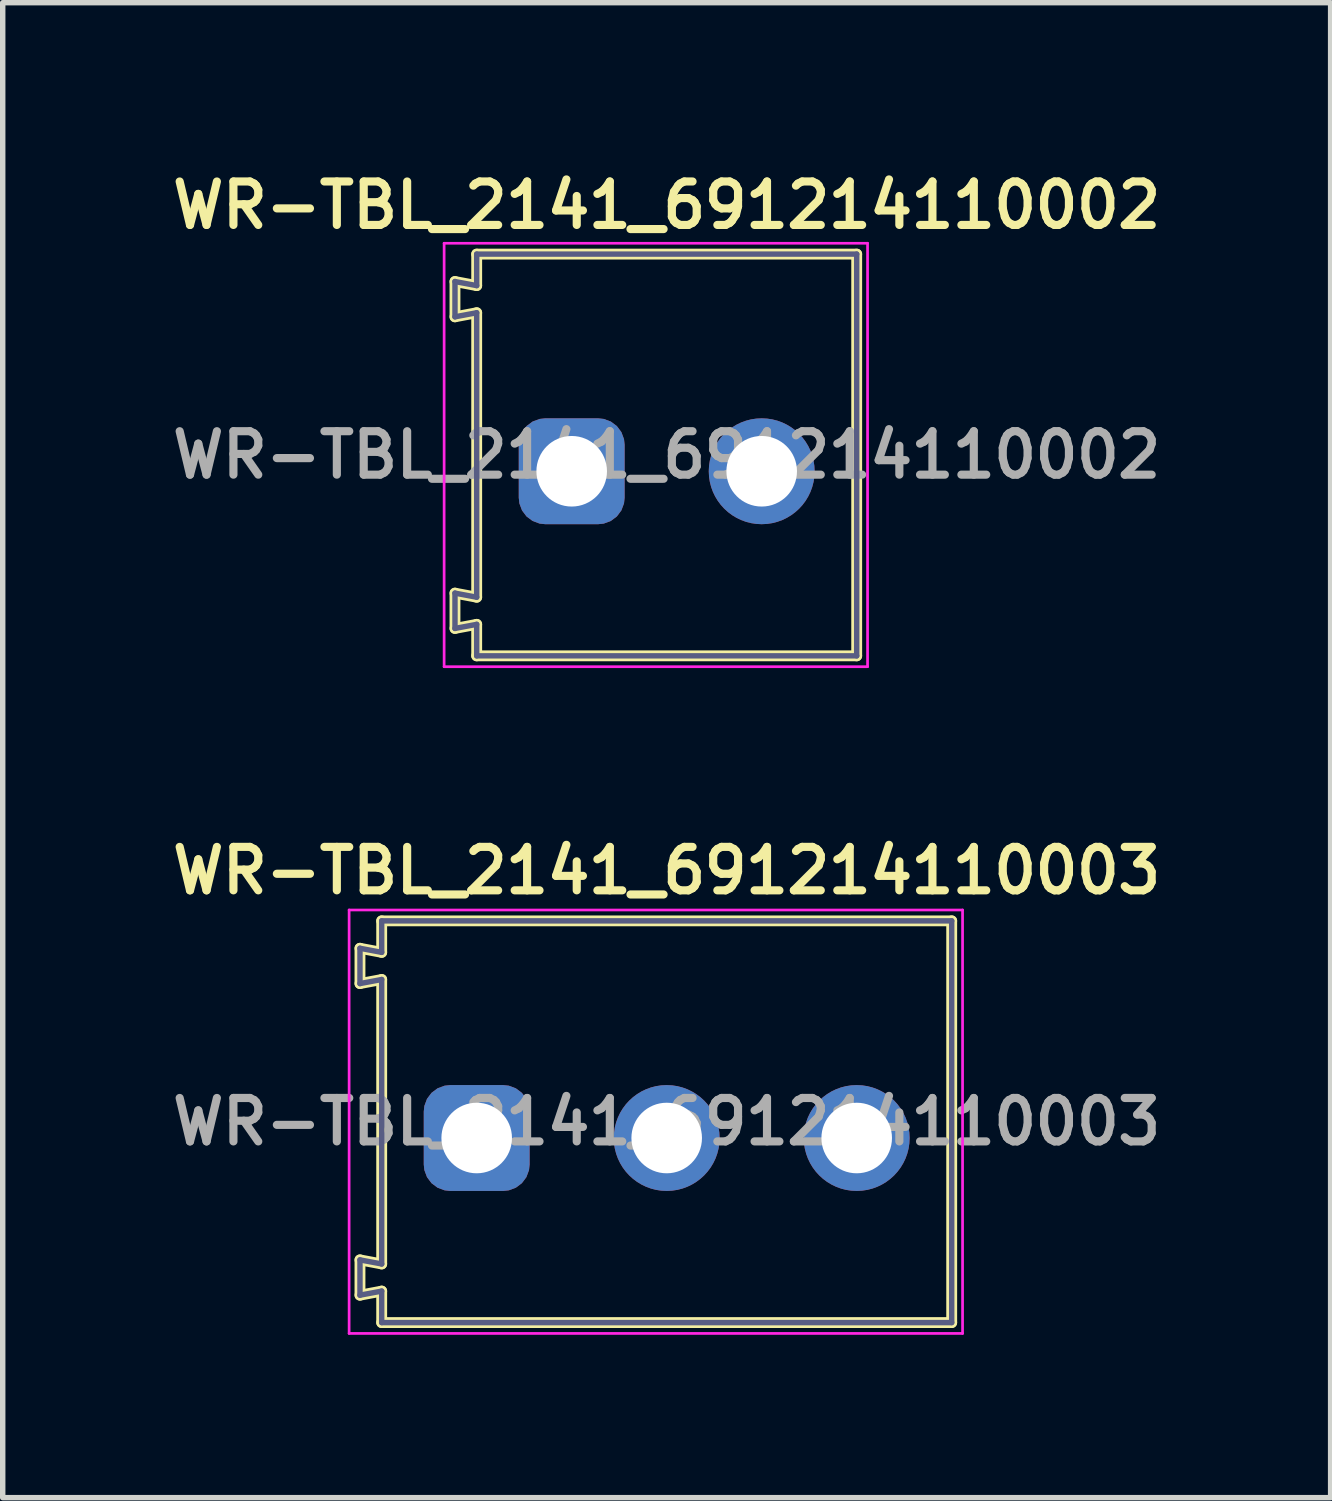
<source format=kicad_pcb>
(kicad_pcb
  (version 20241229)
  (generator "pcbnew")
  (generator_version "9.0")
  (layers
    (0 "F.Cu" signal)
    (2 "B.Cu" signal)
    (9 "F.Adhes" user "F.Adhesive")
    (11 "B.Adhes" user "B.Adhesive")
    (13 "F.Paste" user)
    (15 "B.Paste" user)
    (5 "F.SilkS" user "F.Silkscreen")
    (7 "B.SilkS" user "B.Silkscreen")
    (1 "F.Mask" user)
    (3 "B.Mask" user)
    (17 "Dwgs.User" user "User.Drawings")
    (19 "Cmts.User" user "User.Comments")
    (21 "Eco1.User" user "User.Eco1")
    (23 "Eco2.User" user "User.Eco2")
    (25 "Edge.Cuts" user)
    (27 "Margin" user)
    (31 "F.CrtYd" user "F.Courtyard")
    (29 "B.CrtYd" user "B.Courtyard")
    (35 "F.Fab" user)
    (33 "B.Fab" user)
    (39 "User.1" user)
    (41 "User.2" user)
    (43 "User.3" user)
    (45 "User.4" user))
  (footprint "WR-TBL_2141_691214110003"
    (layer "F.Cu")
    (at 9.231 17.613)
    (property "Reference" "WR-TBL_2141_691214110003" (at 0 -4.625 0) (layer "F.SilkS") (effects (font (size 0.8 0.8) (thickness 0.15))))
    (fp_line (start -5.65 -3.195) (end -5.25 -3.12) (stroke (width 0.2) (type solid)) (layer "F.SilkS"))
    (fp_line (start -5.65 -2.545) (end -5.65 -3.195) (stroke (width 0.2) (type solid)) (layer "F.SilkS"))
    (fp_line (start -5.65 -2.545) (end -5.25 -2.62) (stroke (width 0.2) (type solid)) (layer "F.SilkS"))
    (fp_line (start -5.65 2.545) (end -5.25 2.62) (stroke (width 0.2) (type solid)) (layer "F.SilkS"))
    (fp_line (start -5.65 3.195) (end -5.65 2.545) (stroke (width 0.2) (type solid)) (layer "F.SilkS"))
    (fp_line (start -5.65 3.195) (end -5.25 3.12) (stroke (width 0.2) (type solid)) (layer "F.SilkS"))
    (fp_line (start -5.25 -3.7) (end 5.25 -3.7) (stroke (width 0.2) (type solid)) (layer "F.SilkS"))
    (fp_line (start -5.25 -3.12) (end -5.25 -3.7) (stroke (width 0.2) (type solid)) (layer "F.SilkS"))
    (fp_line (start -5.25 2.62) (end -5.25 -2.62) (stroke (width 0.2) (type solid)) (layer "F.SilkS"))
    (fp_line (start -5.25 3.7) (end -5.25 3.12) (stroke (width 0.2) (type solid)) (layer "F.SilkS"))
    (fp_line (start -5.25 3.7) (end 5.25 3.7) (stroke (width 0.2) (type solid)) (layer "F.SilkS"))
    (fp_line (start 5.25 3.7) (end 5.25 -3.7) (stroke (width 0.2) (type solid)) (layer "F.SilkS"))
    (fp_line (start -5.65 -3.195) (end -5.25 -3.12) (stroke (width 0.1) (type solid)) (layer "Eco2.User"))
    (fp_line (start -5.65 -2.545) (end -5.65 -3.195) (stroke (width 0.1) (type solid)) (layer "Eco2.User"))
    (fp_line (start -5.65 -2.545) (end -5.25 -2.62) (stroke (width 0.1) (type solid)) (layer "Eco2.User"))
    (fp_line (start -5.65 2.545) (end -5.25 2.62) (stroke (width 0.1) (type solid)) (layer "Eco2.User"))
    (fp_line (start -5.65 3.195) (end -5.65 2.545) (stroke (width 0.1) (type solid)) (layer "Eco2.User"))
    (fp_line (start -5.65 3.195) (end -5.25 3.12) (stroke (width 0.1) (type solid)) (layer "Eco2.User"))
    (fp_line (start -5.25 -3.7) (end 5.25 -3.7) (stroke (width 0.1) (type solid)) (layer "Eco2.User"))
    (fp_line (start -5.25 -3.12) (end -5.25 -3.7) (stroke (width 0.1) (type solid)) (layer "Eco2.User"))
    (fp_line (start -5.25 2.62) (end -5.25 -2.62) (stroke (width 0.1) (type solid)) (layer "Eco2.User"))
    (fp_line (start -5.25 3.7) (end -5.25 3.12) (stroke (width 0.1) (type solid)) (layer "Eco2.User"))
    (fp_line (start -5.25 3.7) (end 5.25 3.7) (stroke (width 0.1) (type solid)) (layer "Eco2.User"))
    (fp_line (start -0.5 0) (end 0.5 0) (stroke (width 0.05) (type solid)) (layer "Eco2.User"))
    (fp_line (start 0 0.5) (end 0 -0.5) (stroke (width 0.05) (type solid)) (layer "Eco2.User"))
    (fp_line (start 5.25 3.7) (end 5.25 -3.7) (stroke (width 0.1) (type solid)) (layer "Eco2.User"))
    (fp_line (start -5.85 -3.9) (end 5.45 -3.9) (stroke (width 0.05) (type solid)) (layer "F.CrtYd"))
    (fp_line (start -5.85 3.9) (end -5.85 -3.9) (stroke (width 0.05) (type solid)) (layer "F.CrtYd"))
    (fp_line (start -5.85 3.9) (end 5.45 3.9) (stroke (width 0.05) (type solid)) (layer "F.CrtYd"))
    (fp_line (start 5.45 3.9) (end 5.45 -3.9) (stroke (width 0.05) (type solid)) (layer "F.CrtYd"))
    (fp_line (start -5.65 -3.195) (end -5.25 -3.12) (stroke (width 0.1) (type solid)) (layer "B.Fab"))
    (fp_line (start -5.65 -2.545) (end -5.65 -3.195) (stroke (width 0.1) (type solid)) (layer "B.Fab"))
    (fp_line (start -5.65 -2.545) (end -5.25 -2.62) (stroke (width 0.1) (type solid)) (layer "B.Fab"))
    (fp_line (start -5.65 2.545) (end -5.25 2.62) (stroke (width 0.1) (type solid)) (layer "B.Fab"))
    (fp_line (start -5.65 3.195) (end -5.65 2.545) (stroke (width 0.1) (type solid)) (layer "B.Fab"))
    (fp_line (start -5.65 3.195) (end -5.25 3.12) (stroke (width 0.1) (type solid)) (layer "B.Fab"))
    (fp_line (start -5.25 -3.7) (end 5.25 -3.7) (stroke (width 0.1) (type solid)) (layer "B.Fab"))
    (fp_line (start -5.25 -3.12) (end -5.25 -3.7) (stroke (width 0.1) (type solid)) (layer "B.Fab"))
    (fp_line (start -5.25 2.62) (end -5.25 -2.62) (stroke (width 0.1) (type solid)) (layer "B.Fab"))
    (fp_line (start -5.25 3.7) (end -5.25 3.12) (stroke (width 0.1) (type solid)) (layer "B.Fab"))
    (fp_line (start -5.25 3.7) (end 5.25 3.7) (stroke (width 0.1) (type solid)) (layer "B.Fab"))
    (fp_line (start 5.25 3.7) (end 5.25 -3.7) (stroke (width 0.1) (type solid)) (layer "B.Fab"))
    (fp_text user "${REFERENCE}" (at 0 0 0) (unlocked yes) (layer "F.Fab") (effects (font (size 0.8 0.8) (thickness 0.15))))
    (pad "1" thru_hole roundrect (at -3.5 0.3) (size 1.95 1.95) (drill 1.3) (layers "*.Cu" "*.Mask") (roundrect_rratio 0.25))
    (pad "2" thru_hole circle (at 0 0.3) (size 1.95 1.95) (drill 1.3) (layers "*.Cu" "*.Mask"))
    (pad "3" thru_hole circle (at 3.5 0.3) (size 1.95 1.95) (drill 1.3) (layers "*.Cu" "*.Mask")))
  (footprint "WR-TBL_2141_691214110002"
    (layer "F.Cu")
    (at 9.231 5.331)
    (property "Reference" "WR-TBL_2141_691214110002" (at 0 -4.6 0) (layer "F.SilkS") (effects (font (size 0.8 0.8) (thickness 0.15))))
    (fp_line (start -3.9 -3.195) (end -3.5 -3.12) (stroke (width 0.2) (type solid)) (layer "F.SilkS"))
    (fp_line (start -3.9 -2.545) (end -3.9 -3.195) (stroke (width 0.2) (type solid)) (layer "F.SilkS"))
    (fp_line (start -3.9 -2.545) (end -3.5 -2.62) (stroke (width 0.2) (type solid)) (layer "F.SilkS"))
    (fp_line (start -3.9 2.545) (end -3.5 2.62) (stroke (width 0.2) (type solid)) (layer "F.SilkS"))
    (fp_line (start -3.9 3.195) (end -3.9 2.545) (stroke (width 0.2) (type solid)) (layer "F.SilkS"))
    (fp_line (start -3.9 3.195) (end -3.5 3.12) (stroke (width 0.2) (type solid)) (layer "F.SilkS"))
    (fp_line (start -3.5 -3.7) (end 3.5 -3.7) (stroke (width 0.2) (type solid)) (layer "F.SilkS"))
    (fp_line (start -3.5 -3.12) (end -3.5 -3.7) (stroke (width 0.2) (type solid)) (layer "F.SilkS"))
    (fp_line (start -3.5 2.62) (end -3.5 -2.62) (stroke (width 0.2) (type solid)) (layer "F.SilkS"))
    (fp_line (start -3.5 3.7) (end -3.5 3.12) (stroke (width 0.2) (type solid)) (layer "F.SilkS"))
    (fp_line (start -3.5 3.7) (end 3.5 3.7) (stroke (width 0.2) (type solid)) (layer "F.SilkS"))
    (fp_line (start 3.5 3.7) (end 3.5 -3.7) (stroke (width 0.2) (type solid)) (layer "F.SilkS"))
    (fp_line (start -3.9 -3.195) (end -3.5 -3.12) (stroke (width 0.1) (type solid)) (layer "Eco2.User"))
    (fp_line (start -3.9 -2.545) (end -3.9 -3.195) (stroke (width 0.1) (type solid)) (layer "Eco2.User"))
    (fp_line (start -3.9 -2.545) (end -3.5 -2.62) (stroke (width 0.1) (type solid)) (layer "Eco2.User"))
    (fp_line (start -3.9 2.545) (end -3.5 2.62) (stroke (width 0.1) (type solid)) (layer "Eco2.User"))
    (fp_line (start -3.9 3.195) (end -3.9 2.545) (stroke (width 0.1) (type solid)) (layer "Eco2.User"))
    (fp_line (start -3.9 3.195) (end -3.5 3.12) (stroke (width 0.1) (type solid)) (layer "Eco2.User"))
    (fp_line (start -3.5 -3.7) (end 3.5 -3.7) (stroke (width 0.1) (type solid)) (layer "Eco2.User"))
    (fp_line (start -3.5 -3.12) (end -3.5 -3.7) (stroke (width 0.1) (type solid)) (layer "Eco2.User"))
    (fp_line (start -3.5 2.62) (end -3.5 -2.62) (stroke (width 0.1) (type solid)) (layer "Eco2.User"))
    (fp_line (start -3.5 3.7) (end -3.5 3.12) (stroke (width 0.1) (type solid)) (layer "Eco2.User"))
    (fp_line (start -3.5 3.7) (end 3.5 3.7) (stroke (width 0.1) (type solid)) (layer "Eco2.User"))
    (fp_line (start -0.5 0) (end 0.5 0) (stroke (width 0.05) (type solid)) (layer "Eco2.User"))
    (fp_line (start 0 0.5) (end 0 -0.5) (stroke (width 0.05) (type solid)) (layer "Eco2.User"))
    (fp_line (start 3.5 3.7) (end 3.5 -3.7) (stroke (width 0.1) (type solid)) (layer "Eco2.User"))
    (fp_line (start -4.1 -3.9) (end 3.7 -3.9) (stroke (width 0.05) (type solid)) (layer "F.CrtYd"))
    (fp_line (start -4.1 3.9) (end -4.1 -3.9) (stroke (width 0.05) (type solid)) (layer "F.CrtYd"))
    (fp_line (start -4.1 3.9) (end 3.7 3.9) (stroke (width 0.05) (type solid)) (layer "F.CrtYd"))
    (fp_line (start 3.7 3.9) (end 3.7 -3.9) (stroke (width 0.05) (type solid)) (layer "F.CrtYd"))
    (fp_line (start -3.9 -3.195) (end -3.5 -3.12) (stroke (width 0.1) (type solid)) (layer "B.Fab"))
    (fp_line (start -3.9 -2.545) (end -3.9 -3.195) (stroke (width 0.1) (type solid)) (layer "B.Fab"))
    (fp_line (start -3.9 -2.545) (end -3.5 -2.62) (stroke (width 0.1) (type solid)) (layer "B.Fab"))
    (fp_line (start -3.9 2.545) (end -3.5 2.62) (stroke (width 0.1) (type solid)) (layer "B.Fab"))
    (fp_line (start -3.9 3.195) (end -3.9 2.545) (stroke (width 0.1) (type solid)) (layer "B.Fab"))
    (fp_line (start -3.9 3.195) (end -3.5 3.12) (stroke (width 0.1) (type solid)) (layer "B.Fab"))
    (fp_line (start -3.5 -3.7) (end 3.5 -3.7) (stroke (width 0.1) (type solid)) (layer "B.Fab"))
    (fp_line (start -3.5 -3.12) (end -3.5 -3.7) (stroke (width 0.1) (type solid)) (layer "B.Fab"))
    (fp_line (start -3.5 2.62) (end -3.5 -2.62) (stroke (width 0.1) (type solid)) (layer "B.Fab"))
    (fp_line (start -3.5 3.7) (end -3.5 3.12) (stroke (width 0.1) (type solid)) (layer "B.Fab"))
    (fp_line (start -3.5 3.7) (end 3.5 3.7) (stroke (width 0.1) (type solid)) (layer "B.Fab"))
    (fp_line (start 3.5 3.7) (end 3.5 -3.7) (stroke (width 0.1) (type solid)) (layer "B.Fab"))
    (fp_text user "${REFERENCE}" (at 0 0 0) (unlocked yes) (layer "F.Fab") (effects (font (size 0.8 0.8) (thickness 0.15))))
    (pad "1" thru_hole roundrect (at -1.75 0.3) (size 1.95 1.95) (drill 1.3) (layers "*.Cu" "*.Mask") (roundrect_rratio 0.25))
    (pad "2" thru_hole circle (at 1.75 0.3) (size 1.95 1.95) (drill 1.3) (layers "*.Cu" "*.Mask")))
  (gr_rect
    (start -3 -3)
    (end 21.461 24.538)
    (stroke (width 0.1) (type default))
    (fill no)
    (layer "Edge.Cuts")))
</source>
